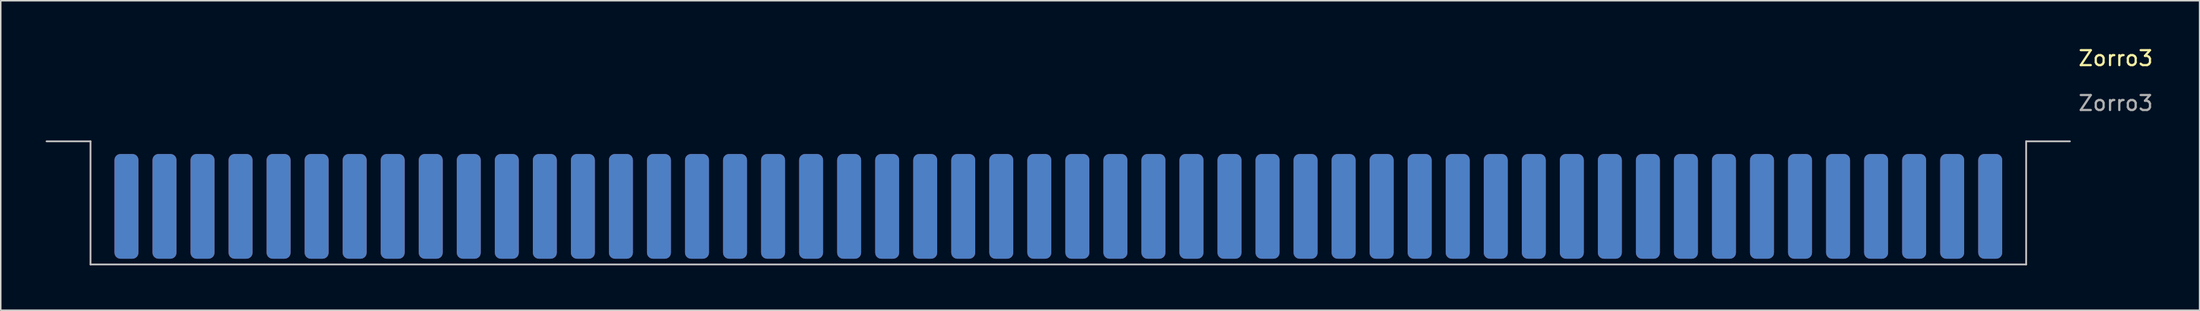
<source format=kicad_pcb>
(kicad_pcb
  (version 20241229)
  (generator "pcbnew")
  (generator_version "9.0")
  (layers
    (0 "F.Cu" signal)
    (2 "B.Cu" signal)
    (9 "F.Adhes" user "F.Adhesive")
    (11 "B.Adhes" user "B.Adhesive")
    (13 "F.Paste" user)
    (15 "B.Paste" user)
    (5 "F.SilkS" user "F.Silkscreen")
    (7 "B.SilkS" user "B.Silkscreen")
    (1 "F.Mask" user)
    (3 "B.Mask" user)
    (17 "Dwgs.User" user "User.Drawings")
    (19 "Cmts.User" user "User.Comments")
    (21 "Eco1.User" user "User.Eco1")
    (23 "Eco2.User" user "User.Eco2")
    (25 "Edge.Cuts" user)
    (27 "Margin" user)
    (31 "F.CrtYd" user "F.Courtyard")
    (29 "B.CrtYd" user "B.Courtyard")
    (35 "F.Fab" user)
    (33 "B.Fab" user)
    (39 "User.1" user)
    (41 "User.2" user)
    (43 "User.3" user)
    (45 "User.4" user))
  (footprint "Zorro3"
    (layer "F.Cu")
    (at 138.236 1.348)
    (property "Reference" "Zorro3" (at 0 -0.5 0) (unlocked yes) (layer "F.SilkS") (effects (font (size 1 1) (thickness 0.15))))
    (attr smd exclude_from_bom)
    (fp_line (start -135.242 5.051) (end -138.176 5.051) (stroke (width 0.12) (type default)) (layer "Dwgs.User"))
    (fp_line (start -135.242 5.051) (end -135.242 13.281) (stroke (width 0.12) (type default)) (layer "Dwgs.User"))
    (fp_line (start -135.242 13.281) (end -5.982 13.281) (stroke (width 0.12) (type default)) (layer "Dwgs.User"))
    (fp_line (start -5.982 13.281) (end -5.982 5.051) (stroke (width 0.12) (type default)) (layer "Dwgs.User"))
    (fp_line (start -3.061 5.051) (end -5.982 5.051) (stroke (width 0.12) (type default)) (layer "Dwgs.User"))
    (fp_text user "${REFERENCE}" (at 0 2.5 0) (unlocked yes) (layer "F.Fab") (effects (font (size 1 1) (thickness 0.15))))
    (pad "1" smd roundrect (at -8.382 9.398 180) (size 1.6 7) (layers "B.Cu" "B.Mask") (roundrect_rratio 0.25))
    (pad "2" smd roundrect (at -8.382 9.398 180) (size 1.6 7) (layers "F.Cu" "F.Mask") (roundrect_rratio 0.25))
    (pad "3" smd roundrect (at -10.922 9.398 180) (size 1.6 7) (layers "B.Cu" "B.Mask") (roundrect_rratio 0.25))
    (pad "4" smd roundrect (at -10.922 9.398 180) (size 1.6 7) (layers "F.Cu" "F.Mask") (roundrect_rratio 0.25))
    (pad "5" smd roundrect (at -13.462 9.398 180) (size 1.6 7) (layers "B.Cu" "B.Mask") (roundrect_rratio 0.25))
    (pad "6" smd roundrect (at -13.462 9.398 180) (size 1.6 7) (layers "F.Cu" "F.Mask") (roundrect_rratio 0.25))
    (pad "7" smd roundrect (at -16.002 9.398 180) (size 1.6 7) (layers "B.Cu" "B.Mask") (roundrect_rratio 0.25))
    (pad "8" smd roundrect (at -16.002 9.398 180) (size 1.6 7) (layers "F.Cu" "F.Mask") (roundrect_rratio 0.25))
    (pad "9" smd roundrect (at -18.542 9.398 180) (size 1.6 7) (layers "B.Cu" "B.Mask") (roundrect_rratio 0.25))
    (pad "10" smd roundrect (at -18.542 9.398 180) (size 1.6 7) (layers "F.Cu" "F.Mask") (roundrect_rratio 0.25))
    (pad "11" smd roundrect (at -21.082 9.398 180) (size 1.6 7) (layers "B.Cu" "B.Mask") (roundrect_rratio 0.25))
    (pad "12" smd roundrect (at -21.082 9.398 180) (size 1.6 7) (layers "F.Cu" "F.Mask") (roundrect_rratio 0.25))
    (pad "13" smd roundrect (at -23.622 9.398 180) (size 1.6 7) (layers "B.Cu" "B.Mask") (roundrect_rratio 0.25))
    (pad "14" smd roundrect (at -23.622 9.398 180) (size 1.6 7) (layers "F.Cu" "F.Mask") (roundrect_rratio 0.25))
    (pad "15" smd roundrect (at -26.162 9.398 180) (size 1.6 7) (layers "B.Cu" "B.Mask") (roundrect_rratio 0.25))
    (pad "16" smd roundrect (at -26.162 9.398 180) (size 1.6 7) (layers "F.Cu" "F.Mask") (roundrect_rratio 0.25))
    (pad "17" smd roundrect (at -28.702 9.398 180) (size 1.6 7) (layers "B.Cu" "B.Mask") (roundrect_rratio 0.25))
    (pad "18" smd roundrect (at -28.702 9.398 180) (size 1.6 7) (layers "F.Cu" "F.Mask") (roundrect_rratio 0.25))
    (pad "19" smd roundrect (at -31.242 9.398 180) (size 1.6 7) (layers "B.Cu" "B.Mask") (roundrect_rratio 0.25))
    (pad "20" smd roundrect (at -31.242 9.398 180) (size 1.6 7) (layers "F.Cu" "F.Mask") (roundrect_rratio 0.25))
    (pad "21" smd roundrect (at -33.782 9.398 180) (size 1.6 7) (layers "B.Cu" "B.Mask") (roundrect_rratio 0.25))
    (pad "22" smd roundrect (at -33.782 9.398 180) (size 1.6 7) (layers "F.Cu" "F.Mask") (roundrect_rratio 0.25))
    (pad "23" smd roundrect (at -36.322 9.398 180) (size 1.6 7) (layers "B.Cu" "B.Mask") (roundrect_rratio 0.25))
    (pad "24" smd roundrect (at -36.322 9.398 180) (size 1.6 7) (layers "F.Cu" "F.Mask") (roundrect_rratio 0.25))
    (pad "25" smd roundrect (at -38.862 9.398 180) (size 1.6 7) (layers "B.Cu" "B.Mask") (roundrect_rratio 0.25))
    (pad "26" smd roundrect (at -38.862 9.398 180) (size 1.6 7) (layers "F.Cu" "F.Mask") (roundrect_rratio 0.25))
    (pad "27" smd roundrect (at -41.402 9.398 180) (size 1.6 7) (layers "B.Cu" "B.Mask") (roundrect_rratio 0.25))
    (pad "28" smd roundrect (at -41.402 9.398 180) (size 1.6 7) (layers "F.Cu" "F.Mask") (roundrect_rratio 0.25))
    (pad "29" smd roundrect (at -43.942 9.398 180) (size 1.6 7) (layers "B.Cu" "B.Mask") (roundrect_rratio 0.25))
    (pad "30" smd roundrect (at -43.942 9.398 180) (size 1.6 7) (layers "F.Cu" "F.Mask") (roundrect_rratio 0.25))
    (pad "31" smd roundrect (at -46.482 9.398 180) (size 1.6 7) (layers "B.Cu" "B.Mask") (roundrect_rratio 0.25))
    (pad "32" smd roundrect (at -46.482 9.398 180) (size 1.6 7) (layers "F.Cu" "F.Mask") (roundrect_rratio 0.25))
    (pad "33" smd roundrect (at -49.022 9.398 180) (size 1.6 7) (layers "B.Cu" "B.Mask") (roundrect_rratio 0.25))
    (pad "34" smd roundrect (at -49.022 9.398 180) (size 1.6 7) (layers "F.Cu" "F.Mask") (roundrect_rratio 0.25))
    (pad "35" smd roundrect (at -51.562 9.398 180) (size 1.6 7) (layers "B.Cu" "B.Mask") (roundrect_rratio 0.25))
    (pad "36" smd roundrect (at -51.562 9.398 180) (size 1.6 7) (layers "F.Cu" "F.Mask") (roundrect_rratio 0.25))
    (pad "37" smd roundrect (at -54.102 9.398 180) (size 1.6 7) (layers "B.Cu" "B.Mask") (roundrect_rratio 0.25))
    (pad "38" smd roundrect (at -54.102 9.398 180) (size 1.6 7) (layers "F.Cu" "F.Mask") (roundrect_rratio 0.25))
    (pad "39" smd roundrect (at -56.642 9.398 180) (size 1.6 7) (layers "B.Cu" "B.Mask") (roundrect_rratio 0.25))
    (pad "40" smd roundrect (at -56.642 9.398 180) (size 1.6 7) (layers "F.Cu" "F.Mask") (roundrect_rratio 0.25))
    (pad "41" smd roundrect (at -59.182 9.398 180) (size 1.6 7) (layers "B.Cu" "B.Mask") (roundrect_rratio 0.25))
    (pad "42" smd roundrect (at -59.182 9.398 180) (size 1.6 7) (layers "F.Cu" "F.Mask") (roundrect_rratio 0.25))
    (pad "43" smd roundrect (at -61.722 9.398 180) (size 1.6 7) (layers "B.Cu" "B.Mask") (roundrect_rratio 0.25))
    (pad "44" smd roundrect (at -61.722 9.398 180) (size 1.6 7) (layers "F.Cu" "F.Mask") (roundrect_rratio 0.25))
    (pad "45" smd roundrect (at -64.262 9.398 180) (size 1.6 7) (layers "B.Cu" "B.Mask") (roundrect_rratio 0.25))
    (pad "46" smd roundrect (at -64.262 9.398 180) (size 1.6 7) (layers "F.Cu" "F.Mask") (roundrect_rratio 0.25))
    (pad "47" smd roundrect (at -66.802 9.398 180) (size 1.6 7) (layers "B.Cu" "B.Mask") (roundrect_rratio 0.25))
    (pad "48" smd roundrect (at -66.802 9.398 180) (size 1.6 7) (layers "F.Cu" "F.Mask") (roundrect_rratio 0.25))
    (pad "49" smd roundrect (at -69.342 9.398 180) (size 1.6 7) (layers "B.Cu" "B.Mask") (roundrect_rratio 0.25))
    (pad "50" smd roundrect (at -69.342 9.398 180) (size 1.6 7) (layers "F.Cu" "F.Mask") (roundrect_rratio 0.25))
    (pad "51" smd roundrect (at -71.882 9.398 180) (size 1.6 7) (layers "B.Cu" "B.Mask") (roundrect_rratio 0.25))
    (pad "52" smd roundrect (at -71.882 9.398 180) (size 1.6 7) (layers "F.Cu" "F.Mask") (roundrect_rratio 0.25))
    (pad "53" smd roundrect (at -74.422 9.398 180) (size 1.6 7) (layers "B.Cu" "B.Mask") (roundrect_rratio 0.25))
    (pad "54" smd roundrect (at -74.422 9.398 180) (size 1.6 7) (layers "F.Cu" "F.Mask") (roundrect_rratio 0.25))
    (pad "55" smd roundrect (at -76.962 9.398 180) (size 1.6 7) (layers "B.Cu" "B.Mask") (roundrect_rratio 0.25))
    (pad "56" smd roundrect (at -76.962 9.398 180) (size 1.6 7) (layers "F.Cu" "F.Mask") (roundrect_rratio 0.25))
    (pad "57" smd roundrect (at -79.502 9.398 180) (size 1.6 7) (layers "B.Cu" "B.Mask") (roundrect_rratio 0.25))
    (pad "58" smd roundrect (at -79.502 9.398 180) (size 1.6 7) (layers "F.Cu" "F.Mask") (roundrect_rratio 0.25))
    (pad "59" smd roundrect (at -82.042 9.398 180) (size 1.6 7) (layers "B.Cu" "B.Mask") (roundrect_rratio 0.25))
    (pad "60" smd roundrect (at -82.042 9.398 180) (size 1.6 7) (layers "F.Cu" "F.Mask") (roundrect_rratio 0.25))
    (pad "61" smd roundrect (at -84.582 9.398 180) (size 1.6 7) (layers "B.Cu" "B.Mask") (roundrect_rratio 0.25))
    (pad "62" smd roundrect (at -84.582 9.398 180) (size 1.6 7) (layers "F.Cu" "F.Mask") (roundrect_rratio 0.25))
    (pad "63" smd roundrect (at -87.122 9.398 180) (size 1.6 7) (layers "B.Cu" "B.Mask") (roundrect_rratio 0.25))
    (pad "64" smd roundrect (at -87.122 9.398 180) (size 1.6 7) (layers "F.Cu" "F.Mask") (roundrect_rratio 0.25))
    (pad "65" smd roundrect (at -89.662 9.398 180) (size 1.6 7) (layers "B.Cu" "B.Mask") (roundrect_rratio 0.25))
    (pad "66" smd roundrect (at -89.662 9.398 180) (size 1.6 7) (layers "F.Cu" "F.Mask") (roundrect_rratio 0.25))
    (pad "67" smd roundrect (at -92.202 9.398 180) (size 1.6 7) (layers "B.Cu" "B.Mask") (roundrect_rratio 0.25))
    (pad "68" smd roundrect (at -92.202 9.398 180) (size 1.6 7) (layers "F.Cu" "F.Mask") (roundrect_rratio 0.25))
    (pad "69" smd roundrect (at -94.742 9.398 180) (size 1.6 7) (layers "B.Cu" "B.Mask") (roundrect_rratio 0.25))
    (pad "70" smd roundrect (at -94.742 9.398 180) (size 1.6 7) (layers "F.Cu" "F.Mask") (roundrect_rratio 0.25))
    (pad "71" smd roundrect (at -97.282 9.398 180) (size 1.6 7) (layers "B.Cu" "B.Mask") (roundrect_rratio 0.25))
    (pad "72" smd roundrect (at -97.282 9.398 180) (size 1.6 7) (layers "F.Cu" "F.Mask") (roundrect_rratio 0.25))
    (pad "73" smd roundrect (at -99.822 9.398 180) (size 1.6 7) (layers "B.Cu" "B.Mask") (roundrect_rratio 0.25))
    (pad "74" smd roundrect (at -99.822 9.398 180) (size 1.6 7) (layers "F.Cu" "F.Mask") (roundrect_rratio 0.25))
    (pad "75" smd roundrect (at -102.362 9.398 180) (size 1.6 7) (layers "B.Cu" "B.Mask") (roundrect_rratio 0.25))
    (pad "76" smd roundrect (at -102.362 9.398 180) (size 1.6 7) (layers "F.Cu" "F.Mask") (roundrect_rratio 0.25))
    (pad "77" smd roundrect (at -104.902 9.398 180) (size 1.6 7) (layers "B.Cu" "B.Mask") (roundrect_rratio 0.25))
    (pad "78" smd roundrect (at -104.902 9.398 180) (size 1.6 7) (layers "F.Cu" "F.Mask") (roundrect_rratio 0.25))
    (pad "79" smd roundrect (at -107.442 9.398 180) (size 1.6 7) (layers "B.Cu" "B.Mask") (roundrect_rratio 0.25))
    (pad "80" smd roundrect (at -107.442 9.398 180) (size 1.6 7) (layers "F.Cu" "F.Mask") (roundrect_rratio 0.25))
    (pad "81" smd roundrect (at -109.982 9.398 180) (size 1.6 7) (layers "B.Cu" "B.Mask") (roundrect_rratio 0.25))
    (pad "82" smd roundrect (at -109.982 9.398 180) (size 1.6 7) (layers "F.Cu" "F.Mask") (roundrect_rratio 0.25))
    (pad "83" smd roundrect (at -112.522 9.398 180) (size 1.6 7) (layers "B.Cu" "B.Mask") (roundrect_rratio 0.25))
    (pad "84" smd roundrect (at -112.522 9.398 180) (size 1.6 7) (layers "F.Cu" "F.Mask") (roundrect_rratio 0.25))
    (pad "85" smd roundrect (at -115.062 9.398 180) (size 1.6 7) (layers "B.Cu" "B.Mask") (roundrect_rratio 0.25))
    (pad "86" smd roundrect (at -115.062 9.398 180) (size 1.6 7) (layers "F.Cu" "F.Mask") (roundrect_rratio 0.25))
    (pad "87" smd roundrect (at -117.602 9.398 180) (size 1.6 7) (layers "B.Cu" "B.Mask") (roundrect_rratio 0.25))
    (pad "88" smd roundrect (at -117.602 9.398 180) (size 1.6 7) (layers "F.Cu" "F.Mask") (roundrect_rratio 0.25))
    (pad "89" smd roundrect (at -120.142 9.398 180) (size 1.6 7) (layers "B.Cu" "B.Mask") (roundrect_rratio 0.25))
    (pad "90" smd roundrect (at -120.142 9.398 180) (size 1.6 7) (layers "F.Cu" "F.Mask") (roundrect_rratio 0.25))
    (pad "91" smd roundrect (at -122.682 9.398 180) (size 1.6 7) (layers "B.Cu" "B.Mask") (roundrect_rratio 0.25))
    (pad "92" smd roundrect (at -122.682 9.398 180) (size 1.6 7) (layers "F.Cu" "F.Mask") (roundrect_rratio 0.25))
    (pad "93" smd roundrect (at -125.222 9.398 180) (size 1.6 7) (layers "B.Cu" "B.Mask") (roundrect_rratio 0.25))
    (pad "94" smd roundrect (at -125.222 9.398 180) (size 1.6 7) (layers "F.Cu" "F.Mask") (roundrect_rratio 0.25))
    (pad "95" smd roundrect (at -127.762 9.398 180) (size 1.6 7) (layers "B.Cu" "B.Mask") (roundrect_rratio 0.25))
    (pad "96" smd roundrect (at -127.762 9.398 180) (size 1.6 7) (layers "F.Cu" "F.Mask") (roundrect_rratio 0.25))
    (pad "97" smd roundrect (at -130.302 9.398 180) (size 1.6 7) (layers "B.Cu" "B.Mask") (roundrect_rratio 0.25))
    (pad "98" smd roundrect (at -130.302 9.398 180) (size 1.6 7) (layers "F.Cu" "F.Mask") (roundrect_rratio 0.25))
    (pad "99" smd roundrect (at -132.842 9.398 180) (size 1.6 7) (layers "B.Cu" "B.Mask") (roundrect_rratio 0.25))
    (pad "100" smd roundrect (at -132.842 9.398 180) (size 1.6 7) (layers "F.Cu" "F.Mask") (roundrect_rratio 0.25)))
  (gr_rect
    (start -3 -3)
    (end 143.837 17.689)
    (stroke (width 0.1) (type default))
    (fill no)
    (layer "Edge.Cuts")))
</source>
